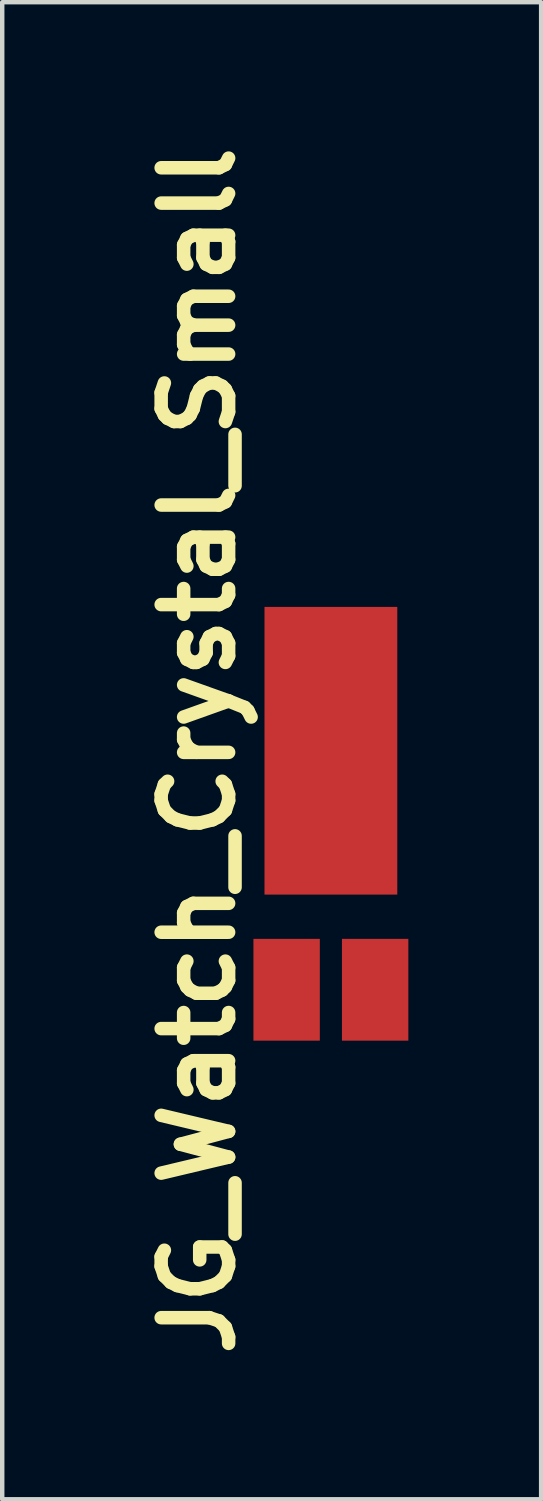
<source format=kicad_pcb>
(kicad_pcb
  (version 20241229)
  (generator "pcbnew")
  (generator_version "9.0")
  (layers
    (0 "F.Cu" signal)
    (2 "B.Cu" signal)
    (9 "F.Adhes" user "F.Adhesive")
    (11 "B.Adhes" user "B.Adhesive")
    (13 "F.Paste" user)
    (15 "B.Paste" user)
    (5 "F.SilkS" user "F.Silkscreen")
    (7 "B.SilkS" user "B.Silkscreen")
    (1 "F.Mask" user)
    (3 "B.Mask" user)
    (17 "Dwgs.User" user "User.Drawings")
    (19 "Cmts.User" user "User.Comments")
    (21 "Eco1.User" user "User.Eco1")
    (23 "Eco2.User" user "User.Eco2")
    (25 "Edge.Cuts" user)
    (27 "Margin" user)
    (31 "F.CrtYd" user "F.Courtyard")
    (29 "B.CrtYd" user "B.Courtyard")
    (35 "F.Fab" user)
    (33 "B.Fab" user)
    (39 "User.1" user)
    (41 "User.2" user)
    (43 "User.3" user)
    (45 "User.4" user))
  (footprint "JG_Watch_Crystal_Small"
    (layer "F.Cu")
    (at 4.426 13.912)
    (property "Reference" "JG_Watch_Crystal_Small" (at -3 0 90) (layer "F.SilkS") (effects (font (size 1.524 1.524) (thickness 0.305))))
    (attr through_hole)
    (pad "1" smd rect (at -1 5.4) (size 1.5 2.3) (layers "F.Cu" "F.Mask" "F.Paste"))
    (pad "2" smd rect (at 1 5.4) (size 1.5 2.3) (layers "F.Cu" "F.Mask" "F.Paste"))
    (pad "3" smd rect (at 0 0) (size 3 6.5) (layers "F.Cu" "F.Mask" "F.Paste")))
  (gr_rect
    (start -3 -3)
    (end 9.176 30.824)
    (stroke (width 0.1) (type default))
    (fill no)
    (layer "Edge.Cuts")))
</source>
